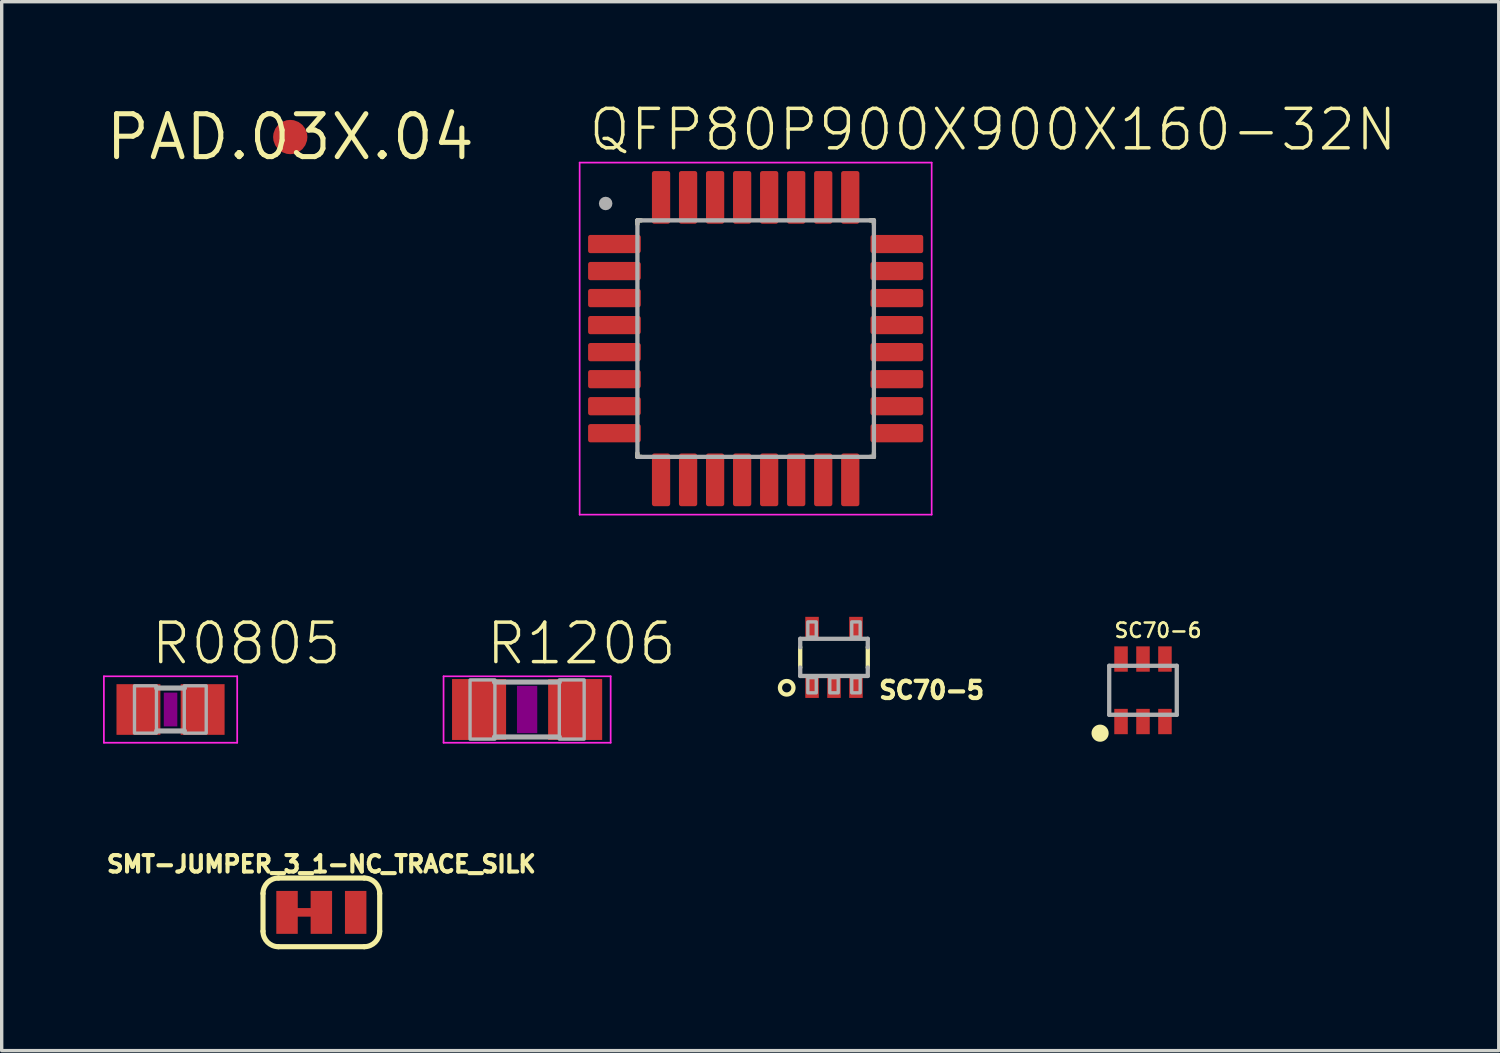
<source format=kicad_pcb>
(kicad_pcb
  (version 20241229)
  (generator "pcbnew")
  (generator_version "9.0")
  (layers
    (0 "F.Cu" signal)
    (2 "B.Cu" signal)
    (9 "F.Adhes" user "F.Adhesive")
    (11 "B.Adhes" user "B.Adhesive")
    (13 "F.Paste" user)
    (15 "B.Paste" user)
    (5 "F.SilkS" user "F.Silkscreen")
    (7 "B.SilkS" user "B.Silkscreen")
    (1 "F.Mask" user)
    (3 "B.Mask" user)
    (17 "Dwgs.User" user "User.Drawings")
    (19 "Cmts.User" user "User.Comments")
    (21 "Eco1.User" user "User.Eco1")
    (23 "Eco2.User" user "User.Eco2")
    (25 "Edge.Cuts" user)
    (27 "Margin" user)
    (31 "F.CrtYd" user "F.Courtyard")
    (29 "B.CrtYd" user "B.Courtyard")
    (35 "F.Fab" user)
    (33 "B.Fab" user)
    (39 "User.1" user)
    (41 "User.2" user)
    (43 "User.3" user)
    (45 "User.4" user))
  (footprint "QFP80P900X900X160-32N"
    (layer "F.Cu")
    (at 19.317 6.973)
    (property "Reference" "QFP80P900X900X160-32N" (at -5 -5.5 0) (layer "F.SilkS") (effects (font (size 1.168 1.168) (thickness 0.102)) (justify left bottom)))
    (fp_line (start -3.5 -3.5) (end -3.5 -3.39) (stroke (width 0.127) (type solid)) (layer "F.SilkS"))
    (fp_line (start -3.5 -3.5) (end -3.39 -3.5) (stroke (width 0.127) (type solid)) (layer "F.SilkS"))
    (fp_line (start -3.5 3.5) (end -3.5 3.39) (stroke (width 0.127) (type solid)) (layer "F.SilkS"))
    (fp_line (start -3.5 3.5) (end -3.39 3.5) (stroke (width 0.127) (type solid)) (layer "F.SilkS"))
    (fp_line (start 3.5 -3.5) (end 3.39 -3.5) (stroke (width 0.127) (type solid)) (layer "F.SilkS"))
    (fp_line (start 3.5 -3.5) (end 3.5 -3.39) (stroke (width 0.127) (type solid)) (layer "F.SilkS"))
    (fp_line (start 3.5 3.5) (end 3.39 3.5) (stroke (width 0.127) (type solid)) (layer "F.SilkS"))
    (fp_line (start 3.5 3.5) (end 3.5 3.39) (stroke (width 0.127) (type solid)) (layer "F.SilkS"))
    (fp_line (start -5.21 -5.21) (end 5.21 -5.21) (stroke (width 0.05) (type solid)) (layer "F.CrtYd"))
    (fp_line (start -5.21 5.21) (end -5.21 -5.21) (stroke (width 0.05) (type solid)) (layer "F.CrtYd"))
    (fp_line (start -5.21 5.21) (end 5.21 5.21) (stroke (width 0.05) (type solid)) (layer "F.CrtYd"))
    (fp_line (start 5.21 5.21) (end 5.21 -5.21) (stroke (width 0.05) (type solid)) (layer "F.CrtYd"))
    (fp_line (start -3.5 3.5) (end -3.5 -3.5) (stroke (width 0.127) (type solid)) (layer "F.Fab"))
    (fp_line (start 3.5 -3.5) (end -3.5 -3.5) (stroke (width 0.127) (type solid)) (layer "F.Fab"))
    (fp_line (start 3.5 3.5) (end -3.5 3.5) (stroke (width 0.127) (type solid)) (layer "F.Fab"))
    (fp_line (start 3.5 3.5) (end 3.5 -3.5) (stroke (width 0.127) (type solid)) (layer "F.Fab"))
    (fp_circle (center -4.44 -4) (end -4.34 -4) (stroke (width 0.2) (type solid)) (fill no) (layer "F.Fab"))
    (pad "1" smd roundrect (at -4.18 -2.8) (size 1.56 0.54) (layers "F.Cu" "F.Mask" "F.Paste") (roundrect_rratio 0.125))
    (pad "2" smd roundrect (at -4.18 -2) (size 1.56 0.54) (layers "F.Cu" "F.Mask" "F.Paste") (roundrect_rratio 0.125))
    (pad "3" smd roundrect (at -4.18 -1.2) (size 1.56 0.54) (layers "F.Cu" "F.Mask" "F.Paste") (roundrect_rratio 0.125))
    (pad "4" smd roundrect (at -4.18 -0.4) (size 1.56 0.54) (layers "F.Cu" "F.Mask" "F.Paste") (roundrect_rratio 0.125))
    (pad "5" smd roundrect (at -4.18 0.4) (size 1.56 0.54) (layers "F.Cu" "F.Mask" "F.Paste") (roundrect_rratio 0.125))
    (pad "6" smd roundrect (at -4.18 1.2) (size 1.56 0.54) (layers "F.Cu" "F.Mask" "F.Paste") (roundrect_rratio 0.125))
    (pad "7" smd roundrect (at -4.18 2) (size 1.56 0.54) (layers "F.Cu" "F.Mask" "F.Paste") (roundrect_rratio 0.125))
    (pad "8" smd roundrect (at -4.18 2.8) (size 1.56 0.54) (layers "F.Cu" "F.Mask" "F.Paste") (roundrect_rratio 0.125))
    (pad "9" smd roundrect (at -2.8 4.18 90) (size 1.56 0.54) (layers "F.Cu" "F.Mask" "F.Paste") (roundrect_rratio 0.125))
    (pad "10" smd roundrect (at -2 4.18 90) (size 1.56 0.54) (layers "F.Cu" "F.Mask" "F.Paste") (roundrect_rratio 0.125))
    (pad "11" smd roundrect (at -1.2 4.18 90) (size 1.56 0.54) (layers "F.Cu" "F.Mask" "F.Paste") (roundrect_rratio 0.125))
    (pad "12" smd roundrect (at -0.4 4.18 90) (size 1.56 0.54) (layers "F.Cu" "F.Mask" "F.Paste") (roundrect_rratio 0.125))
    (pad "13" smd roundrect (at 0.4 4.18 90) (size 1.56 0.54) (layers "F.Cu" "F.Mask" "F.Paste") (roundrect_rratio 0.125))
    (pad "14" smd roundrect (at 1.2 4.18 90) (size 1.56 0.54) (layers "F.Cu" "F.Mask" "F.Paste") (roundrect_rratio 0.125))
    (pad "15" smd roundrect (at 2 4.18 90) (size 1.56 0.54) (layers "F.Cu" "F.Mask" "F.Paste") (roundrect_rratio 0.125))
    (pad "16" smd roundrect (at 2.8 4.18 90) (size 1.56 0.54) (layers "F.Cu" "F.Mask" "F.Paste") (roundrect_rratio 0.125))
    (pad "17" smd roundrect (at 4.18 2.8) (size 1.56 0.54) (layers "F.Cu" "F.Mask" "F.Paste") (roundrect_rratio 0.125))
    (pad "18" smd roundrect (at 4.18 2) (size 1.56 0.54) (layers "F.Cu" "F.Mask" "F.Paste") (roundrect_rratio 0.125))
    (pad "19" smd roundrect (at 4.18 1.2) (size 1.56 0.54) (layers "F.Cu" "F.Mask" "F.Paste") (roundrect_rratio 0.125))
    (pad "20" smd roundrect (at 4.18 0.4) (size 1.56 0.54) (layers "F.Cu" "F.Mask" "F.Paste") (roundrect_rratio 0.125))
    (pad "21" smd roundrect (at 4.18 -0.4) (size 1.56 0.54) (layers "F.Cu" "F.Mask" "F.Paste") (roundrect_rratio 0.125))
    (pad "22" smd roundrect (at 4.18 -1.2) (size 1.56 0.54) (layers "F.Cu" "F.Mask" "F.Paste") (roundrect_rratio 0.125))
    (pad "23" smd roundrect (at 4.18 -2) (size 1.56 0.54) (layers "F.Cu" "F.Mask" "F.Paste") (roundrect_rratio 0.125))
    (pad "24" smd roundrect (at 4.18 -2.8) (size 1.56 0.54) (layers "F.Cu" "F.Mask" "F.Paste") (roundrect_rratio 0.125))
    (pad "25" smd roundrect (at 2.8 -4.18 90) (size 1.56 0.54) (layers "F.Cu" "F.Mask" "F.Paste") (roundrect_rratio 0.125))
    (pad "26" smd roundrect (at 2 -4.18 90) (size 1.56 0.54) (layers "F.Cu" "F.Mask" "F.Paste") (roundrect_rratio 0.125))
    (pad "27" smd roundrect (at 1.2 -4.18 90) (size 1.56 0.54) (layers "F.Cu" "F.Mask" "F.Paste") (roundrect_rratio 0.125))
    (pad "28" smd roundrect (at 0.4 -4.18 90) (size 1.56 0.54) (layers "F.Cu" "F.Mask" "F.Paste") (roundrect_rratio 0.125))
    (pad "29" smd roundrect (at -0.4 -4.18 90) (size 1.56 0.54) (layers "F.Cu" "F.Mask" "F.Paste") (roundrect_rratio 0.125))
    (pad "30" smd roundrect (at -1.2 -4.18 90) (size 1.56 0.54) (layers "F.Cu" "F.Mask" "F.Paste") (roundrect_rratio 0.125))
    (pad "31" smd roundrect (at -2 -4.18 90) (size 1.56 0.54) (layers "F.Cu" "F.Mask" "F.Paste") (roundrect_rratio 0.125))
    (pad "32" smd roundrect (at -2.8 -4.18 90) (size 1.56 0.54) (layers "F.Cu" "F.Mask" "F.Paste") (roundrect_rratio 0.125)))
  (footprint "R1206"
    (layer "F.Cu")
    (at 12.552 17.951)
    (property "Reference" "R1206" (at -1.27 -1.27 0) (layer "F.SilkS") (effects (font (size 1.168 1.168) (thickness 0.102)) (justify left bottom)))
    (fp_poly (pts (xy -0.3 0.7) (xy 0.3 0.7) (xy 0.3 -0.7) (xy -0.3 -0.7)) (stroke (width 0) (type solid)) (fill yes) (layer "F.Adhes"))
    (fp_line (start -2.473 -0.983) (end 2.473 -0.983) (stroke (width 0.051) (type solid)) (layer "F.CrtYd"))
    (fp_line (start -2.473 0.983) (end -2.473 -0.983) (stroke (width 0.051) (type solid)) (layer "F.CrtYd"))
    (fp_line (start 2.473 -0.983) (end 2.473 0.983) (stroke (width 0.051) (type solid)) (layer "F.CrtYd"))
    (fp_line (start 2.473 0.983) (end -2.473 0.983) (stroke (width 0.051) (type solid)) (layer "F.CrtYd"))
    (fp_line (start 0.953 -0.813) (end -0.965 -0.813) (stroke (width 0.152) (type solid)) (layer "F.Fab"))
    (fp_line (start 0.953 0.813) (end -0.965 0.813) (stroke (width 0.152) (type solid)) (layer "F.Fab"))
    (fp_poly (pts (xy -1.689 0.876) (xy -0.953 0.876) (xy -0.953 -0.876) (xy -1.689 -0.876)) (stroke (width 0.1) (type solid)) (fill no) (layer "F.Fab"))
    (fp_poly (pts (xy 0.953 0.876) (xy 1.689 0.876) (xy 1.689 -0.876) (xy 0.953 -0.876)) (stroke (width 0.1) (type solid)) (fill no) (layer "F.Fab"))
    (pad "1" smd rect (at -1.422 0) (size 1.6 1.803) (layers "F.Cu" "F.Mask" "F.Paste"))
    (pad "2" smd rect (at 1.422 0) (size 1.6 1.803) (layers "F.Cu" "F.Mask" "F.Paste")))
  (footprint "PAD.03X.04"
    (layer "F.Cu")
    (at 5.541 1.006)
    (property "Reference" "PAD.03X.04" (at 0 0 0) (layer "F.SilkS") (effects (font (size 1.27 1.27) (thickness 0.15))))
    (pad "1" smd roundrect (at 0 0) (size 1.016 1.016) (layers "F.Cu" "F.Mask") (roundrect_rratio 0.5)))
  (footprint "SMT-JUMPER_3_1-NC_TRACE_SILK"
    (layer "F.Cu")
    (at 6.462 23.956)
    (property "Reference" "SMT-JUMPER_3_1-NC_TRACE_SILK" (at 0 -1.143 0) (layer "F.SilkS") (effects (font (size 0.488 0.488) (thickness 0.122)) (justify bottom)))
    (fp_line (start -0.991 0) (end 0.025 0) (stroke (width 0.254) (type solid)) (layer "F.Cu"))
    (fp_poly (pts (xy -0.254 0.191) (xy -0.762 0.191) (xy -0.762 -0.191) (xy -0.254 -0.191)) (stroke (width 0) (type solid)) (fill yes) (layer "F.Mask"))
    (fp_line (start -1.727 0.559) (end -1.727 -0.559) (stroke (width 0.152) (type solid)) (layer "F.SilkS"))
    (fp_line (start -1.27 -1.016) (end 1.27 -1.016) (stroke (width 0.152) (type solid)) (layer "F.SilkS"))
    (fp_line (start 1.27 1.016) (end -1.27 1.016) (stroke (width 0.152) (type solid)) (layer "F.SilkS"))
    (fp_line (start 1.727 0.559) (end 1.727 -0.559) (stroke (width 0.152) (type solid)) (layer "F.SilkS"))
    (fp_arc (start -1.7272 -0.5588) (mid -1.593289 -0.882089) (end -1.27 -1.016) (stroke (width 0.1524) (type solid)) (layer "F.SilkS"))
    (fp_arc (start -1.27 1.016) (mid -1.593289 0.882089) (end -1.7272 0.5588) (stroke (width 0.1524) (type solid)) (layer "F.SilkS"))
    (fp_arc (start 1.27 -1.016) (mid 1.593289 -0.882089) (end 1.7272 -0.5588) (stroke (width 0.1524) (type solid)) (layer "F.SilkS"))
    (fp_arc (start 1.7272 0.5588) (mid 1.593289 0.882089) (end 1.27 1.016) (stroke (width 0.1524) (type solid)) (layer "F.SilkS"))
    (pad "1" smd rect (at -1.016 0) (size 0.635 1.27) (layers "F.Cu" "F.Mask"))
    (pad "2" smd rect (at 0 0) (size 0.635 1.27) (layers "F.Cu" "F.Mask"))
    (pad "3" smd rect (at 1.016 0) (size 0.635 1.27) (layers "F.Cu" "F.Mask")))
  (footprint "R0805"
    (layer "F.Cu")
    (at 1.998 17.951)
    (property "Reference" "R0805" (at -0.635 -1.27 0) (layer "F.SilkS") (effects (font (size 1.168 1.168) (thickness 0.102)) (justify left bottom)))
    (fp_poly (pts (xy -0.2 0.5) (xy 0.2 0.5) (xy 0.2 -0.5) (xy -0.2 -0.5)) (stroke (width 0) (type solid)) (fill yes) (layer "F.Adhes"))
    (fp_line (start -1.973 -0.983) (end 1.973 -0.983) (stroke (width 0.051) (type solid)) (layer "F.CrtYd"))
    (fp_line (start -1.973 0.983) (end -1.973 -0.983) (stroke (width 0.051) (type solid)) (layer "F.CrtYd"))
    (fp_line (start 1.973 -0.983) (end 1.973 0.983) (stroke (width 0.051) (type solid)) (layer "F.CrtYd"))
    (fp_line (start 1.973 0.983) (end -1.973 0.983) (stroke (width 0.051) (type solid)) (layer "F.CrtYd"))
    (fp_line (start -0.41 -0.635) (end 0.41 -0.635) (stroke (width 0.152) (type solid)) (layer "F.Fab"))
    (fp_line (start -0.41 0.635) (end 0.41 0.635) (stroke (width 0.152) (type solid)) (layer "F.Fab"))
    (fp_poly (pts (xy -1.067 0.699) (xy -0.417 0.699) (xy -0.417 -0.702) (xy -1.067 -0.702)) (stroke (width 0.1) (type solid)) (fill no) (layer "F.Fab"))
    (fp_poly (pts (xy 0.406 0.699) (xy 1.056 0.699) (xy 1.056 -0.702) (xy 0.406 -0.702)) (stroke (width 0.1) (type solid)) (fill no) (layer "F.Fab"))
    (pad "1" smd rect (at -0.95 0) (size 1.3 1.5) (layers "F.Cu" "F.Mask" "F.Paste"))
    (pad "2" smd rect (at 0.95 0) (size 1.3 1.5) (layers "F.Cu" "F.Mask" "F.Paste")))
  (footprint "SC70-5"
    (layer "F.Cu")
    (at 21.636 16.408)
    (property "Reference" "SC70-5" (at 1.27 1.27 0) (layer "F.SilkS") (effects (font (size 0.508 0.508) (thickness 0.127)) (justify left bottom)))
    (fp_line (start -1 -0.3) (end -1 0.3) (stroke (width 0.127) (type solid)) (layer "F.SilkS"))
    (fp_line (start 1 0.3) (end 1 -0.3) (stroke (width 0.127) (type solid)) (layer "F.SilkS"))
    (fp_circle (center -1.4 0.9) (end -1.2 0.9) (stroke (width 0.127) (type solid)) (fill no) (layer "F.SilkS"))
    (fp_line (start -1 -0.55) (end -1 -0.3) (stroke (width 0.127) (type solid)) (layer "F.Fab"))
    (fp_line (start -1 0.55) (end -1 0.3) (stroke (width 0.127) (type solid)) (layer "F.Fab"))
    (fp_line (start -1 0.55) (end 1 0.55) (stroke (width 0.127) (type solid)) (layer "F.Fab"))
    (fp_line (start 1 -0.55) (end -1 -0.55) (stroke (width 0.127) (type solid)) (layer "F.Fab"))
    (fp_line (start 1 -0.55) (end 1 -0.3) (stroke (width 0.127) (type solid)) (layer "F.Fab"))
    (fp_line (start 1 0.55) (end 1 0.3) (stroke (width 0.127) (type solid)) (layer "F.Fab"))
    (fp_poly (pts (xy -0.775 -0.6) (xy -0.525 -0.6) (xy -0.525 -1.05) (xy -0.775 -1.05)) (stroke (width 0.1) (type solid)) (fill no) (layer "F.Fab"))
    (fp_poly (pts (xy -0.775 1.05) (xy -0.525 1.05) (xy -0.525 0.6) (xy -0.775 0.6)) (stroke (width 0.1) (type solid)) (fill no) (layer "F.Fab"))
    (fp_poly (pts (xy -0.125 1.05) (xy 0.125 1.05) (xy 0.125 0.6) (xy -0.125 0.6)) (stroke (width 0.1) (type solid)) (fill no) (layer "F.Fab"))
    (fp_poly (pts (xy 0.525 -0.6) (xy 0.775 -0.6) (xy 0.775 -1.05) (xy 0.525 -1.05)) (stroke (width 0.1) (type solid)) (fill no) (layer "F.Fab"))
    (fp_poly (pts (xy 0.525 1.05) (xy 0.775 1.05) (xy 0.775 0.6) (xy 0.525 0.6)) (stroke (width 0.1) (type solid)) (fill no) (layer "F.Fab"))
    (pad "1" smd rect (at -0.65 0.85) (size 0.4 0.7) (layers "F.Cu" "F.Mask" "F.Paste"))
    (pad "2" smd rect (at 0 0.85) (size 0.4 0.7) (layers "F.Cu" "F.Mask" "F.Paste"))
    (pad "3" smd rect (at 0.65 0.85) (size 0.4 0.7) (layers "F.Cu" "F.Mask" "F.Paste"))
    (pad "4" smd rect (at 0.65 -0.85) (size 0.4 0.7) (layers "F.Cu" "F.Mask" "F.Paste"))
    (pad "5" smd rect (at -0.65 -0.85) (size 0.4 0.7) (layers "F.Cu" "F.Mask" "F.Paste")))
  (footprint "SC70-6"
    (layer "F.Cu")
    (at 30.782 17.382)
    (property "Reference" "SC70-6" (at -0.889 -1.524 0) (layer "F.SilkS") (effects (font (size 0.425 0.425) (thickness 0.075)) (justify left bottom)))
    (fp_circle (center -1.27 1.27) (end -1.143 1.27) (stroke (width 0.254) (type solid)) (fill no) (layer "F.SilkS"))
    (fp_poly (pts (xy -0.85 -0.55) (xy -0.45 -0.55) (xy -0.45 -1.3) (xy -0.85 -1.3)) (stroke (width 0) (type solid)) (fill yes) (layer "F.Paste"))
    (fp_poly (pts (xy -0.85 1.3) (xy -0.45 1.3) (xy -0.45 0.55) (xy -0.85 0.55)) (stroke (width 0) (type solid)) (fill yes) (layer "F.Paste"))
    (fp_poly (pts (xy -0.85 1.3) (xy -0.45 1.3) (xy -0.45 0.55) (xy -0.85 0.55)) (stroke (width 0) (type solid)) (fill yes) (layer "F.Paste"))
    (fp_poly (pts (xy -0.85 1.3) (xy -0.45 1.3) (xy -0.45 0.55) (xy -0.85 0.55)) (stroke (width 0) (type solid)) (fill yes) (layer "F.Paste"))
    (fp_poly (pts (xy -0.201 1.3) (xy 0.199 1.3) (xy 0.199 0.55) (xy -0.201 0.55)) (stroke (width 0) (type solid)) (fill yes) (layer "F.Paste"))
    (fp_poly (pts (xy -0.2 -0.55) (xy 0.2 -0.55) (xy 0.2 -1.3) (xy -0.2 -1.3)) (stroke (width 0) (type solid)) (fill yes) (layer "F.Paste"))
    (fp_poly (pts (xy 0.45 -0.55) (xy 0.85 -0.55) (xy 0.85 -1.3) (xy 0.45 -1.3)) (stroke (width 0) (type solid)) (fill yes) (layer "F.Paste"))
    (fp_poly (pts (xy 0.45 1.3) (xy 0.85 1.3) (xy 0.85 0.55) (xy 0.45 0.55)) (stroke (width 0) (type solid)) (fill yes) (layer "F.Paste"))
    (fp_line (start -1 -0.725) (end 1 -0.725) (stroke (width 0.127) (type solid)) (layer "F.Fab"))
    (fp_line (start -1 0.725) (end -1 -0.725) (stroke (width 0.127) (type solid)) (layer "F.Fab"))
    (fp_line (start -1 0.725) (end 1 0.725) (stroke (width 0.127) (type solid)) (layer "F.Fab"))
    (fp_line (start 1 -0.725) (end 1 0.725) (stroke (width 0.127) (type solid)) (layer "F.Fab"))
    (pad "1" smd rect (at -0.65 0.925) (size 0.4 0.75) (layers "F.Cu" "F.Mask"))
    (pad "2" smd rect (at 0 0.925) (size 0.4 0.75) (layers "F.Cu" "F.Mask"))
    (pad "3" smd rect (at 0.65 0.925) (size 0.4 0.75) (layers "F.Cu" "F.Mask"))
    (pad "4" smd rect (at 0.65 -0.925) (size 0.4 0.75) (layers "F.Cu" "F.Mask"))
    (pad "5" smd rect (at 0 -0.925) (size 0.4 0.75) (layers "F.Cu" "F.Mask"))
    (pad "6" smd rect (at -0.65 -0.925) (size 0.4 0.75) (layers "F.Cu" "F.Mask")))
  (gr_rect
    (start -3 -3)
    (end 41.312 28.048)
    (stroke (width 0.1) (type default))
    (fill no)
    (layer "Edge.Cuts")))
</source>
